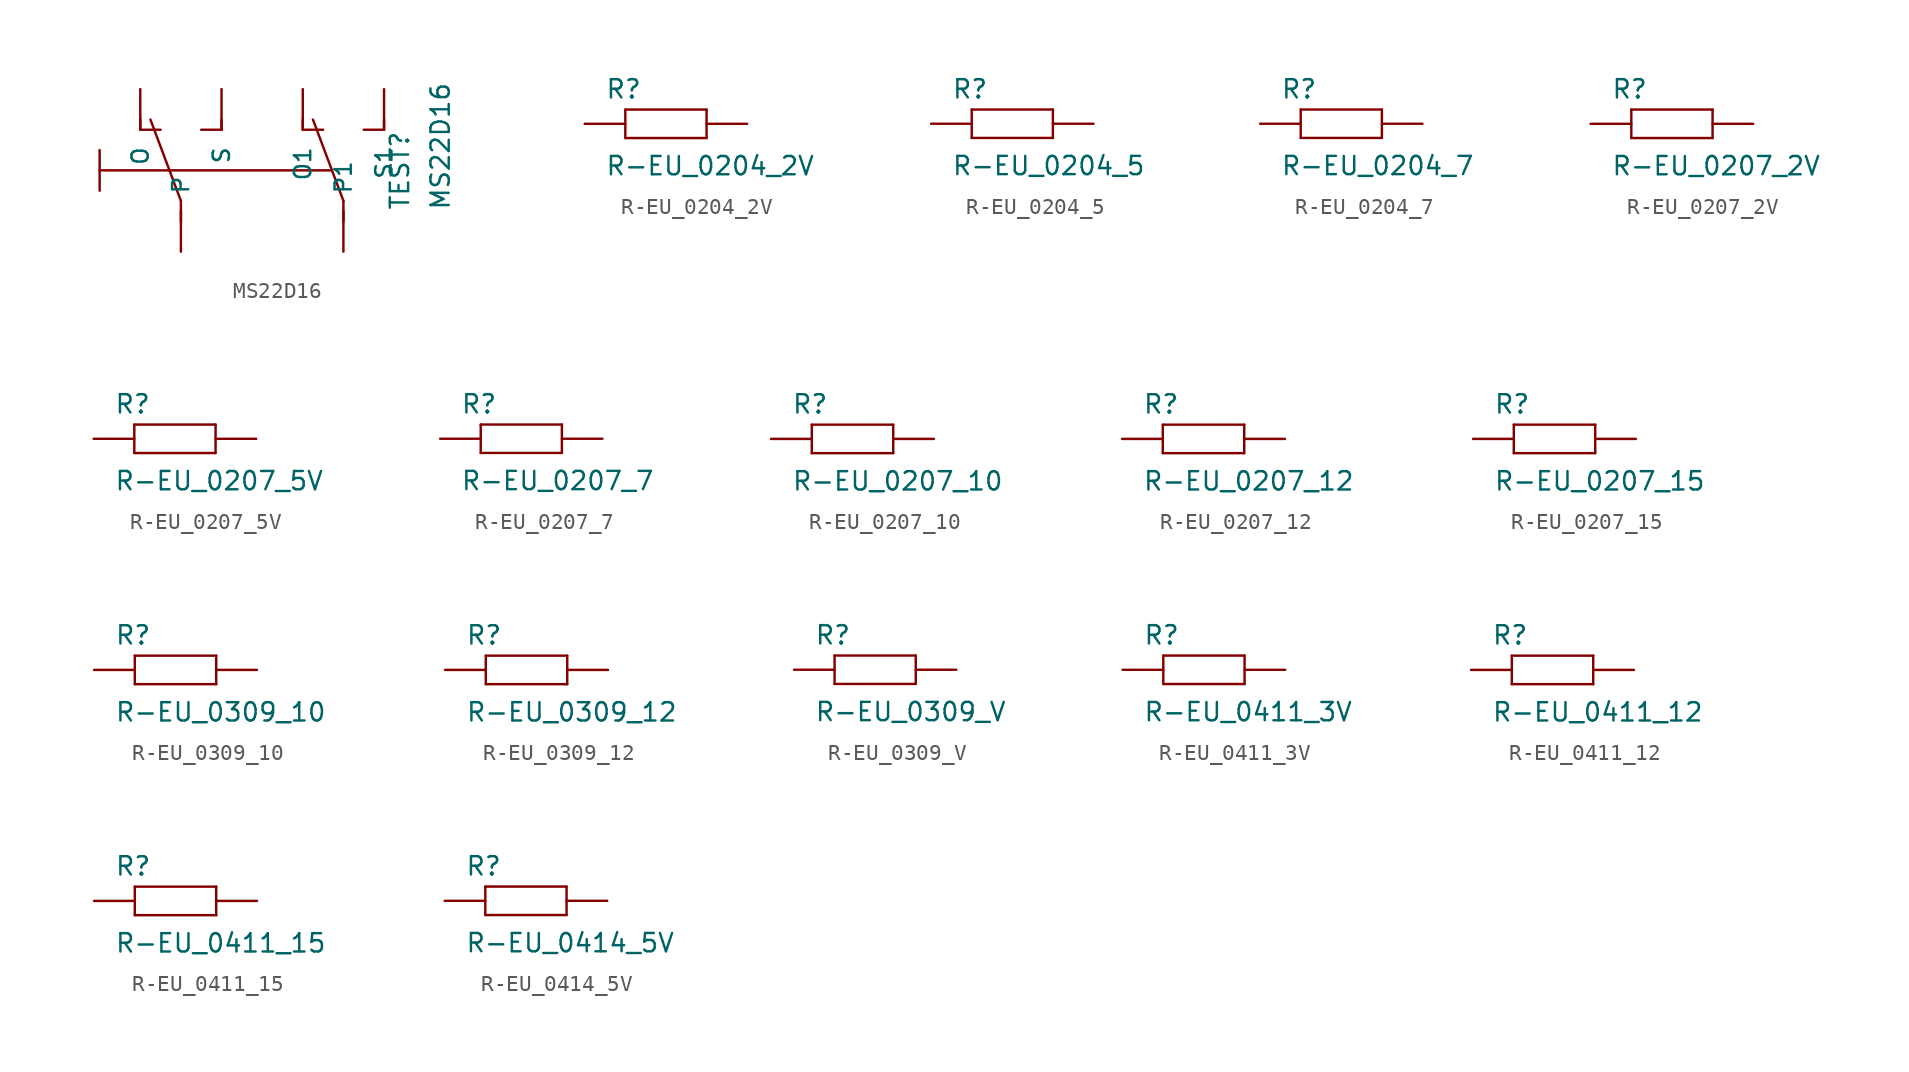
<source format=kicad_sym>
(kicad_symbol_lib
  (version 20211014)
  (generator kicad_symbol_editor)
  (symbol "MS22D16"
    (pin_numbers hide)
    (pin_names
      (offset 1.016))
    (property "Reference" "TEST"
      (at 9.271 -2.54 90)
      (effects (font (size 1.143 1.143)) (justify left bottom)))
    (property "Value" "MS22D16"
      (at 11.811 -2.54 90)
      (effects (font (size 1.143 1.143)) (justify left bottom)))
    (property "ki_locked" ""
      (at 0 0 0)
      (effects (font (size 1.27 1.27))))
    (symbol "MS22D16_1_0"
      (polyline (pts (xy -10.16 1.27) (xy -10.16 -1.27)) (stroke (width 0) (type default) (color 0 0 0 0)) (fill (type none)))
      (polyline (pts (xy -7.62 2.54) (xy -7.62 3.175)) (stroke (width 0) (type default) (color 0 0 0 0)) (fill (type none)))
      (polyline (pts (xy -7.62 2.54) (xy -6.35 2.54)) (stroke (width 0) (type default) (color 0 0 0 0)) (fill (type none)))
      (polyline (pts (xy -5.08 -3.175) (xy -5.08 -1.905)) (stroke (width 0) (type default) (color 0 0 0 0)) (fill (type none)))
      (polyline (pts (xy -5.08 -1.905) (xy -6.985 3.175)) (stroke (width 0) (type default) (color 0 0 0 0)) (fill (type none)))
      (polyline (pts (xy -3.81 2.54) (xy -2.54 2.54)) (stroke (width 0) (type default) (color 0 0 0 0)) (fill (type none)))
      (polyline (pts (xy -2.54 2.54) (xy -2.54 3.175)) (stroke (width 0) (type default) (color 0 0 0 0)) (fill (type none)))
      (polyline (pts (xy 2.54 2.54) (xy 2.54 3.175)) (stroke (width 0) (type default) (color 0 0 0 0)) (fill (type none)))
      (polyline (pts (xy 2.54 2.54) (xy 3.81 2.54)) (stroke (width 0) (type default) (color 0 0 0 0)) (fill (type none)))
      (polyline (pts (xy 4.318 0) (xy -10.16 0)) (stroke (width 0) (type default) (color 0 0 0 0)) (fill (type none)))
      (polyline (pts (xy 5.08 -3.175) (xy 5.08 -1.905)) (stroke (width 0) (type default) (color 0 0 0 0)) (fill (type none)))
      (polyline (pts (xy 5.08 -1.905) (xy 3.175 3.175)) (stroke (width 0) (type default) (color 0 0 0 0)) (fill (type none)))
      (polyline (pts (xy 6.35 2.54) (xy 7.62 2.54)) (stroke (width 0) (type default) (color 0 0 0 0)) (fill (type none)))
      (polyline (pts (xy 7.62 2.54) (xy 7.62 3.175)) (stroke (width 0) (type default) (color 0 0 0 0)) (fill (type none))))
    (symbol "MS22D16_1_1"
      (pin passive line (at -7.62 5.08 270) (length 2.54) (name "O" (effects (font (size 1.016 1.016)))) (number "1" (effects (font (size 1.016 1.016)))))
      (pin passive line (at -5.08 -5.08 90) (length 2.54) (name "P" (effects (font (size 1.016 1.016)))) (number "2" (effects (font (size 1.016 1.016)))))
      (pin passive line (at -2.54 5.08 270) (length 2.54) (name "S" (effects (font (size 1.016 1.016)))) (number "3" (effects (font (size 1.016 1.016)))))
      (pin passive line (at 2.54 5.08 270) (length 2.54) (name "O1" (effects (font (size 1.016 1.016)))) (number "4" (effects (font (size 1.016 1.016)))))
      (pin passive line (at 5.08 -5.08 90) (length 2.54) (name "P1" (effects (font (size 1.016 1.016)))) (number "5" (effects (font (size 1.016 1.016)))))
      (pin passive line (at 7.62 5.08 270) (length 2.54) (name "S1" (effects (font (size 1.016 1.016)))) (number "6" (effects (font (size 1.016 1.016)))))))
  (symbol "R-EU_0204_2V"
    (pin_numbers hide)
    (pin_names
      (offset 1.016) hide)
    (property "Reference" "R"
      (at -3.81 1.499 0)
      (effects (font (size 1.143 1.143)) (justify left bottom)))
    (property "Value" "R-EU_0204_2V"
      (at -3.81 -3.302 0)
      (effects (font (size 1.143 1.143)) (justify left bottom)))
    (property "ki_locked" ""
      (at 0 0 0)
      (effects (font (size 1.27 1.27))))
    (symbol "R-EU_0204_2V_1_0"
      (polyline (pts (xy -2.54 -0.889) (xy -2.54 0.889)) (stroke (width 0) (type default) (color 0 0 0 0)) (fill (type none)))
      (polyline (pts (xy -2.54 -0.889) (xy 2.54 -0.889)) (stroke (width 0) (type default) (color 0 0 0 0)) (fill (type none)))
      (polyline (pts (xy 2.54 -0.889) (xy 2.54 0.889)) (stroke (width 0) (type default) (color 0 0 0 0)) (fill (type none)))
      (polyline (pts (xy 2.54 0.889) (xy -2.54 0.889)) (stroke (width 0) (type default) (color 0 0 0 0)) (fill (type none))))
    (symbol "R-EU_0204_2V_1_1"
      (pin passive line (at -5.08 0 0) (length 2.54) (name "1" (effects (font (size 1.016 1.016)))) (number "1" (effects (font (size 1.016 1.016)))))
      (pin passive line (at 5.08 0 180) (length 2.54) (name "2" (effects (font (size 1.016 1.016)))) (number "2" (effects (font (size 1.016 1.016)))))))
  (symbol "R-EU_0204_5"
    (pin_numbers hide)
    (pin_names
      (offset 1.016) hide)
    (property "Reference" "R"
      (at -3.81 1.499 0)
      (effects (font (size 1.143 1.143)) (justify left bottom)))
    (property "Value" "R-EU_0204_5"
      (at -3.81 -3.302 0)
      (effects (font (size 1.143 1.143)) (justify left bottom)))
    (property "ki_locked" ""
      (at 0 0 0)
      (effects (font (size 1.27 1.27))))
    (symbol "R-EU_0204_5_1_0"
      (polyline (pts (xy -2.54 -0.889) (xy -2.54 0.889)) (stroke (width 0) (type default) (color 0 0 0 0)) (fill (type none)))
      (polyline (pts (xy -2.54 -0.889) (xy 2.54 -0.889)) (stroke (width 0) (type default) (color 0 0 0 0)) (fill (type none)))
      (polyline (pts (xy 2.54 -0.889) (xy 2.54 0.889)) (stroke (width 0) (type default) (color 0 0 0 0)) (fill (type none)))
      (polyline (pts (xy 2.54 0.889) (xy -2.54 0.889)) (stroke (width 0) (type default) (color 0 0 0 0)) (fill (type none))))
    (symbol "R-EU_0204_5_1_1"
      (pin passive line (at -5.08 0 0) (length 2.54) (name "1" (effects (font (size 1.016 1.016)))) (number "1" (effects (font (size 1.016 1.016)))))
      (pin passive line (at 5.08 0 180) (length 2.54) (name "2" (effects (font (size 1.016 1.016)))) (number "2" (effects (font (size 1.016 1.016)))))))
  (symbol "R-EU_0204_7"
    (pin_numbers hide)
    (pin_names
      (offset 1.016) hide)
    (property "Reference" "R"
      (at -3.81 1.499 0)
      (effects (font (size 1.143 1.143)) (justify left bottom)))
    (property "Value" "R-EU_0204_7"
      (at -3.81 -3.302 0)
      (effects (font (size 1.143 1.143)) (justify left bottom)))
    (property "ki_locked" ""
      (at 0 0 0)
      (effects (font (size 1.27 1.27))))
    (symbol "R-EU_0204_7_1_0"
      (polyline (pts (xy -2.54 -0.889) (xy -2.54 0.889)) (stroke (width 0) (type default) (color 0 0 0 0)) (fill (type none)))
      (polyline (pts (xy -2.54 -0.889) (xy 2.54 -0.889)) (stroke (width 0) (type default) (color 0 0 0 0)) (fill (type none)))
      (polyline (pts (xy 2.54 -0.889) (xy 2.54 0.889)) (stroke (width 0) (type default) (color 0 0 0 0)) (fill (type none)))
      (polyline (pts (xy 2.54 0.889) (xy -2.54 0.889)) (stroke (width 0) (type default) (color 0 0 0 0)) (fill (type none))))
    (symbol "R-EU_0204_7_1_1"
      (pin passive line (at -5.08 0 0) (length 2.54) (name "1" (effects (font (size 1.016 1.016)))) (number "1" (effects (font (size 1.016 1.016)))))
      (pin passive line (at 5.08 0 180) (length 2.54) (name "2" (effects (font (size 1.016 1.016)))) (number "2" (effects (font (size 1.016 1.016)))))))
  (symbol "R-EU_0207_2V"
    (pin_numbers hide)
    (pin_names
      (offset 1.016) hide)
    (property "Reference" "R"
      (at -3.81 1.499 0)
      (effects (font (size 1.143 1.143)) (justify left bottom)))
    (property "Value" "R-EU_0207_2V"
      (at -3.81 -3.302 0)
      (effects (font (size 1.143 1.143)) (justify left bottom)))
    (property "ki_locked" ""
      (at 0 0 0)
      (effects (font (size 1.27 1.27))))
    (symbol "R-EU_0207_2V_1_0"
      (polyline (pts (xy -2.54 -0.889) (xy -2.54 0.889)) (stroke (width 0) (type default) (color 0 0 0 0)) (fill (type none)))
      (polyline (pts (xy -2.54 -0.889) (xy 2.54 -0.889)) (stroke (width 0) (type default) (color 0 0 0 0)) (fill (type none)))
      (polyline (pts (xy 2.54 -0.889) (xy 2.54 0.889)) (stroke (width 0) (type default) (color 0 0 0 0)) (fill (type none)))
      (polyline (pts (xy 2.54 0.889) (xy -2.54 0.889)) (stroke (width 0) (type default) (color 0 0 0 0)) (fill (type none))))
    (symbol "R-EU_0207_2V_1_1"
      (pin passive line (at -5.08 0 0) (length 2.54) (name "1" (effects (font (size 1.016 1.016)))) (number "1" (effects (font (size 1.016 1.016)))))
      (pin passive line (at 5.08 0 180) (length 2.54) (name "2" (effects (font (size 1.016 1.016)))) (number "2" (effects (font (size 1.016 1.016)))))))
  (symbol "R-EU_0207_5V"
    (pin_numbers hide)
    (pin_names
      (offset 1.016) hide)
    (property "Reference" "R"
      (at -3.81 1.499 0)
      (effects (font (size 1.143 1.143)) (justify left bottom)))
    (property "Value" "R-EU_0207_5V"
      (at -3.81 -3.302 0)
      (effects (font (size 1.143 1.143)) (justify left bottom)))
    (property "ki_locked" ""
      (at 0 0 0)
      (effects (font (size 1.27 1.27))))
    (symbol "R-EU_0207_5V_1_0"
      (polyline (pts (xy -2.54 -0.889) (xy -2.54 0.889)) (stroke (width 0) (type default) (color 0 0 0 0)) (fill (type none)))
      (polyline (pts (xy -2.54 -0.889) (xy 2.54 -0.889)) (stroke (width 0) (type default) (color 0 0 0 0)) (fill (type none)))
      (polyline (pts (xy 2.54 -0.889) (xy 2.54 0.889)) (stroke (width 0) (type default) (color 0 0 0 0)) (fill (type none)))
      (polyline (pts (xy 2.54 0.889) (xy -2.54 0.889)) (stroke (width 0) (type default) (color 0 0 0 0)) (fill (type none))))
    (symbol "R-EU_0207_5V_1_1"
      (pin passive line (at -5.08 0 0) (length 2.54) (name "1" (effects (font (size 1.016 1.016)))) (number "1" (effects (font (size 1.016 1.016)))))
      (pin passive line (at 5.08 0 180) (length 2.54) (name "2" (effects (font (size 1.016 1.016)))) (number "2" (effects (font (size 1.016 1.016)))))))
  (symbol "R-EU_0207_7"
    (pin_numbers hide)
    (pin_names
      (offset 1.016) hide)
    (property "Reference" "R"
      (at -3.81 1.499 0)
      (effects (font (size 1.143 1.143)) (justify left bottom)))
    (property "Value" "R-EU_0207_7"
      (at -3.81 -3.302 0)
      (effects (font (size 1.143 1.143)) (justify left bottom)))
    (property "ki_locked" ""
      (at 0 0 0)
      (effects (font (size 1.27 1.27))))
    (symbol "R-EU_0207_7_1_0"
      (polyline (pts (xy -2.54 -0.889) (xy -2.54 0.889)) (stroke (width 0) (type default) (color 0 0 0 0)) (fill (type none)))
      (polyline (pts (xy -2.54 -0.889) (xy 2.54 -0.889)) (stroke (width 0) (type default) (color 0 0 0 0)) (fill (type none)))
      (polyline (pts (xy 2.54 -0.889) (xy 2.54 0.889)) (stroke (width 0) (type default) (color 0 0 0 0)) (fill (type none)))
      (polyline (pts (xy 2.54 0.889) (xy -2.54 0.889)) (stroke (width 0) (type default) (color 0 0 0 0)) (fill (type none))))
    (symbol "R-EU_0207_7_1_1"
      (pin passive line (at -5.08 0 0) (length 2.54) (name "1" (effects (font (size 1.016 1.016)))) (number "1" (effects (font (size 1.016 1.016)))))
      (pin passive line (at 5.08 0 180) (length 2.54) (name "2" (effects (font (size 1.016 1.016)))) (number "2" (effects (font (size 1.016 1.016)))))))
  (symbol "R-EU_0207_10"
    (pin_numbers hide)
    (pin_names
      (offset 1.016) hide)
    (property "Reference" "R"
      (at -3.81 1.499 0)
      (effects (font (size 1.143 1.143)) (justify left bottom)))
    (property "Value" "R-EU_0207_10"
      (at -3.81 -3.302 0)
      (effects (font (size 1.143 1.143)) (justify left bottom)))
    (property "ki_locked" ""
      (at 0 0 0)
      (effects (font (size 1.27 1.27))))
    (symbol "R-EU_0207_10_1_0"
      (polyline (pts (xy -2.54 -0.889) (xy -2.54 0.889)) (stroke (width 0) (type default) (color 0 0 0 0)) (fill (type none)))
      (polyline (pts (xy -2.54 -0.889) (xy 2.54 -0.889)) (stroke (width 0) (type default) (color 0 0 0 0)) (fill (type none)))
      (polyline (pts (xy 2.54 -0.889) (xy 2.54 0.889)) (stroke (width 0) (type default) (color 0 0 0 0)) (fill (type none)))
      (polyline (pts (xy 2.54 0.889) (xy -2.54 0.889)) (stroke (width 0) (type default) (color 0 0 0 0)) (fill (type none))))
    (symbol "R-EU_0207_10_1_1"
      (pin passive line (at -5.08 0 0) (length 2.54) (name "1" (effects (font (size 1.016 1.016)))) (number "1" (effects (font (size 1.016 1.016)))))
      (pin passive line (at 5.08 0 180) (length 2.54) (name "2" (effects (font (size 1.016 1.016)))) (number "2" (effects (font (size 1.016 1.016)))))))
  (symbol "R-EU_0207_12"
    (pin_numbers hide)
    (pin_names
      (offset 1.016) hide)
    (property "Reference" "R"
      (at -3.81 1.499 0)
      (effects (font (size 1.143 1.143)) (justify left bottom)))
    (property "Value" "R-EU_0207_12"
      (at -3.81 -3.302 0)
      (effects (font (size 1.143 1.143)) (justify left bottom)))
    (property "ki_locked" ""
      (at 0 0 0)
      (effects (font (size 1.27 1.27))))
    (symbol "R-EU_0207_12_1_0"
      (polyline (pts (xy -2.54 -0.889) (xy -2.54 0.889)) (stroke (width 0) (type default) (color 0 0 0 0)) (fill (type none)))
      (polyline (pts (xy -2.54 -0.889) (xy 2.54 -0.889)) (stroke (width 0) (type default) (color 0 0 0 0)) (fill (type none)))
      (polyline (pts (xy 2.54 -0.889) (xy 2.54 0.889)) (stroke (width 0) (type default) (color 0 0 0 0)) (fill (type none)))
      (polyline (pts (xy 2.54 0.889) (xy -2.54 0.889)) (stroke (width 0) (type default) (color 0 0 0 0)) (fill (type none))))
    (symbol "R-EU_0207_12_1_1"
      (pin passive line (at -5.08 0 0) (length 2.54) (name "1" (effects (font (size 1.016 1.016)))) (number "1" (effects (font (size 1.016 1.016)))))
      (pin passive line (at 5.08 0 180) (length 2.54) (name "2" (effects (font (size 1.016 1.016)))) (number "2" (effects (font (size 1.016 1.016)))))))
  (symbol "R-EU_0207_15"
    (pin_numbers hide)
    (pin_names
      (offset 1.016) hide)
    (property "Reference" "R"
      (at -3.81 1.499 0)
      (effects (font (size 1.143 1.143)) (justify left bottom)))
    (property "Value" "R-EU_0207_15"
      (at -3.81 -3.302 0)
      (effects (font (size 1.143 1.143)) (justify left bottom)))
    (property "ki_locked" ""
      (at 0 0 0)
      (effects (font (size 1.27 1.27))))
    (symbol "R-EU_0207_15_1_0"
      (polyline (pts (xy -2.54 -0.889) (xy -2.54 0.889)) (stroke (width 0) (type default) (color 0 0 0 0)) (fill (type none)))
      (polyline (pts (xy -2.54 -0.889) (xy 2.54 -0.889)) (stroke (width 0) (type default) (color 0 0 0 0)) (fill (type none)))
      (polyline (pts (xy 2.54 -0.889) (xy 2.54 0.889)) (stroke (width 0) (type default) (color 0 0 0 0)) (fill (type none)))
      (polyline (pts (xy 2.54 0.889) (xy -2.54 0.889)) (stroke (width 0) (type default) (color 0 0 0 0)) (fill (type none))))
    (symbol "R-EU_0207_15_1_1"
      (pin passive line (at -5.08 0 0) (length 2.54) (name "1" (effects (font (size 1.016 1.016)))) (number "1" (effects (font (size 1.016 1.016)))))
      (pin passive line (at 5.08 0 180) (length 2.54) (name "2" (effects (font (size 1.016 1.016)))) (number "2" (effects (font (size 1.016 1.016)))))))
  (symbol "R-EU_0309_10"
    (pin_numbers hide)
    (pin_names
      (offset 1.016) hide)
    (property "Reference" "R"
      (at -3.81 1.499 0)
      (effects (font (size 1.143 1.143)) (justify left bottom)))
    (property "Value" "R-EU_0309_10"
      (at -3.81 -3.302 0)
      (effects (font (size 1.143 1.143)) (justify left bottom)))
    (property "ki_locked" ""
      (at 0 0 0)
      (effects (font (size 1.27 1.27))))
    (symbol "R-EU_0309_10_1_0"
      (polyline (pts (xy -2.54 -0.889) (xy -2.54 0.889)) (stroke (width 0) (type default) (color 0 0 0 0)) (fill (type none)))
      (polyline (pts (xy -2.54 -0.889) (xy 2.54 -0.889)) (stroke (width 0) (type default) (color 0 0 0 0)) (fill (type none)))
      (polyline (pts (xy 2.54 -0.889) (xy 2.54 0.889)) (stroke (width 0) (type default) (color 0 0 0 0)) (fill (type none)))
      (polyline (pts (xy 2.54 0.889) (xy -2.54 0.889)) (stroke (width 0) (type default) (color 0 0 0 0)) (fill (type none))))
    (symbol "R-EU_0309_10_1_1"
      (pin passive line (at -5.08 0 0) (length 2.54) (name "1" (effects (font (size 1.016 1.016)))) (number "1" (effects (font (size 1.016 1.016)))))
      (pin passive line (at 5.08 0 180) (length 2.54) (name "2" (effects (font (size 1.016 1.016)))) (number "2" (effects (font (size 1.016 1.016)))))))
  (symbol "R-EU_0309_12"
    (pin_numbers hide)
    (pin_names
      (offset 1.016) hide)
    (property "Reference" "R"
      (at -3.81 1.499 0)
      (effects (font (size 1.143 1.143)) (justify left bottom)))
    (property "Value" "R-EU_0309_12"
      (at -3.81 -3.302 0)
      (effects (font (size 1.143 1.143)) (justify left bottom)))
    (property "ki_locked" ""
      (at 0 0 0)
      (effects (font (size 1.27 1.27))))
    (symbol "R-EU_0309_12_1_0"
      (polyline (pts (xy -2.54 -0.889) (xy -2.54 0.889)) (stroke (width 0) (type default) (color 0 0 0 0)) (fill (type none)))
      (polyline (pts (xy -2.54 -0.889) (xy 2.54 -0.889)) (stroke (width 0) (type default) (color 0 0 0 0)) (fill (type none)))
      (polyline (pts (xy 2.54 -0.889) (xy 2.54 0.889)) (stroke (width 0) (type default) (color 0 0 0 0)) (fill (type none)))
      (polyline (pts (xy 2.54 0.889) (xy -2.54 0.889)) (stroke (width 0) (type default) (color 0 0 0 0)) (fill (type none))))
    (symbol "R-EU_0309_12_1_1"
      (pin passive line (at -5.08 0 0) (length 2.54) (name "1" (effects (font (size 1.016 1.016)))) (number "1" (effects (font (size 1.016 1.016)))))
      (pin passive line (at 5.08 0 180) (length 2.54) (name "2" (effects (font (size 1.016 1.016)))) (number "2" (effects (font (size 1.016 1.016)))))))
  (symbol "R-EU_0309_V"
    (pin_numbers hide)
    (pin_names
      (offset 1.016) hide)
    (property "Reference" "R"
      (at -3.81 1.499 0)
      (effects (font (size 1.143 1.143)) (justify left bottom)))
    (property "Value" "R-EU_0309_V"
      (at -3.81 -3.302 0)
      (effects (font (size 1.143 1.143)) (justify left bottom)))
    (property "ki_locked" ""
      (at 0 0 0)
      (effects (font (size 1.27 1.27))))
    (symbol "R-EU_0309_V_1_0"
      (polyline (pts (xy -2.54 -0.889) (xy -2.54 0.889)) (stroke (width 0) (type default) (color 0 0 0 0)) (fill (type none)))
      (polyline (pts (xy -2.54 -0.889) (xy 2.54 -0.889)) (stroke (width 0) (type default) (color 0 0 0 0)) (fill (type none)))
      (polyline (pts (xy 2.54 -0.889) (xy 2.54 0.889)) (stroke (width 0) (type default) (color 0 0 0 0)) (fill (type none)))
      (polyline (pts (xy 2.54 0.889) (xy -2.54 0.889)) (stroke (width 0) (type default) (color 0 0 0 0)) (fill (type none))))
    (symbol "R-EU_0309_V_1_1"
      (pin passive line (at -5.08 0 0) (length 2.54) (name "1" (effects (font (size 1.016 1.016)))) (number "1" (effects (font (size 1.016 1.016)))))
      (pin passive line (at 5.08 0 180) (length 2.54) (name "2" (effects (font (size 1.016 1.016)))) (number "2" (effects (font (size 1.016 1.016)))))))
  (symbol "R-EU_0411_3V"
    (pin_numbers hide)
    (pin_names
      (offset 1.016) hide)
    (property "Reference" "R"
      (at -3.81 1.499 0)
      (effects (font (size 1.143 1.143)) (justify left bottom)))
    (property "Value" "R-EU_0411_3V"
      (at -3.81 -3.302 0)
      (effects (font (size 1.143 1.143)) (justify left bottom)))
    (property "ki_locked" ""
      (at 0 0 0)
      (effects (font (size 1.27 1.27))))
    (symbol "R-EU_0411_3V_1_0"
      (polyline (pts (xy -2.54 -0.889) (xy -2.54 0.889)) (stroke (width 0) (type default) (color 0 0 0 0)) (fill (type none)))
      (polyline (pts (xy -2.54 -0.889) (xy 2.54 -0.889)) (stroke (width 0) (type default) (color 0 0 0 0)) (fill (type none)))
      (polyline (pts (xy 2.54 -0.889) (xy 2.54 0.889)) (stroke (width 0) (type default) (color 0 0 0 0)) (fill (type none)))
      (polyline (pts (xy 2.54 0.889) (xy -2.54 0.889)) (stroke (width 0) (type default) (color 0 0 0 0)) (fill (type none))))
    (symbol "R-EU_0411_3V_1_1"
      (pin passive line (at -5.08 0 0) (length 2.54) (name "1" (effects (font (size 1.016 1.016)))) (number "1" (effects (font (size 1.016 1.016)))))
      (pin passive line (at 5.08 0 180) (length 2.54) (name "2" (effects (font (size 1.016 1.016)))) (number "2" (effects (font (size 1.016 1.016)))))))
  (symbol "R-EU_0411_12"
    (pin_numbers hide)
    (pin_names
      (offset 1.016) hide)
    (property "Reference" "R"
      (at -3.81 1.499 0)
      (effects (font (size 1.143 1.143)) (justify left bottom)))
    (property "Value" "R-EU_0411_12"
      (at -3.81 -3.302 0)
      (effects (font (size 1.143 1.143)) (justify left bottom)))
    (property "ki_locked" ""
      (at 0 0 0)
      (effects (font (size 1.27 1.27))))
    (symbol "R-EU_0411_12_1_0"
      (polyline (pts (xy -2.54 -0.889) (xy -2.54 0.889)) (stroke (width 0) (type default) (color 0 0 0 0)) (fill (type none)))
      (polyline (pts (xy -2.54 -0.889) (xy 2.54 -0.889)) (stroke (width 0) (type default) (color 0 0 0 0)) (fill (type none)))
      (polyline (pts (xy 2.54 -0.889) (xy 2.54 0.889)) (stroke (width 0) (type default) (color 0 0 0 0)) (fill (type none)))
      (polyline (pts (xy 2.54 0.889) (xy -2.54 0.889)) (stroke (width 0) (type default) (color 0 0 0 0)) (fill (type none))))
    (symbol "R-EU_0411_12_1_1"
      (pin passive line (at -5.08 0 0) (length 2.54) (name "1" (effects (font (size 1.016 1.016)))) (number "1" (effects (font (size 1.016 1.016)))))
      (pin passive line (at 5.08 0 180) (length 2.54) (name "2" (effects (font (size 1.016 1.016)))) (number "2" (effects (font (size 1.016 1.016)))))))
  (symbol "R-EU_0411_15"
    (pin_numbers hide)
    (pin_names
      (offset 1.016) hide)
    (property "Reference" "R"
      (at -3.81 1.499 0)
      (effects (font (size 1.143 1.143)) (justify left bottom)))
    (property "Value" "R-EU_0411_15"
      (at -3.81 -3.302 0)
      (effects (font (size 1.143 1.143)) (justify left bottom)))
    (property "ki_locked" ""
      (at 0 0 0)
      (effects (font (size 1.27 1.27))))
    (symbol "R-EU_0411_15_1_0"
      (polyline (pts (xy -2.54 -0.889) (xy -2.54 0.889)) (stroke (width 0) (type default) (color 0 0 0 0)) (fill (type none)))
      (polyline (pts (xy -2.54 -0.889) (xy 2.54 -0.889)) (stroke (width 0) (type default) (color 0 0 0 0)) (fill (type none)))
      (polyline (pts (xy 2.54 -0.889) (xy 2.54 0.889)) (stroke (width 0) (type default) (color 0 0 0 0)) (fill (type none)))
      (polyline (pts (xy 2.54 0.889) (xy -2.54 0.889)) (stroke (width 0) (type default) (color 0 0 0 0)) (fill (type none))))
    (symbol "R-EU_0411_15_1_1"
      (pin passive line (at -5.08 0 0) (length 2.54) (name "1" (effects (font (size 1.016 1.016)))) (number "1" (effects (font (size 1.016 1.016)))))
      (pin passive line (at 5.08 0 180) (length 2.54) (name "2" (effects (font (size 1.016 1.016)))) (number "2" (effects (font (size 1.016 1.016)))))))
  (symbol "R-EU_0414_5V"
    (pin_numbers hide)
    (pin_names
      (offset 1.016) hide)
    (property "Reference" "R"
      (at -3.81 1.499 0)
      (effects (font (size 1.143 1.143)) (justify left bottom)))
    (property "Value" "R-EU_0414_5V"
      (at -3.81 -3.302 0)
      (effects (font (size 1.143 1.143)) (justify left bottom)))
    (property "ki_locked" ""
      (at 0 0 0)
      (effects (font (size 1.27 1.27))))
    (symbol "R-EU_0414_5V_1_0"
      (polyline (pts (xy -2.54 -0.889) (xy -2.54 0.889)) (stroke (width 0) (type default) (color 0 0 0 0)) (fill (type none)))
      (polyline (pts (xy -2.54 -0.889) (xy 2.54 -0.889)) (stroke (width 0) (type default) (color 0 0 0 0)) (fill (type none)))
      (polyline (pts (xy 2.54 -0.889) (xy 2.54 0.889)) (stroke (width 0) (type default) (color 0 0 0 0)) (fill (type none)))
      (polyline (pts (xy 2.54 0.889) (xy -2.54 0.889)) (stroke (width 0) (type default) (color 0 0 0 0)) (fill (type none))))
    (symbol "R-EU_0414_5V_1_1"
      (pin passive line (at -5.08 0 0) (length 2.54) (name "1" (effects (font (size 1.016 1.016)))) (number "1" (effects (font (size 1.016 1.016)))))
      (pin passive line (at 5.08 0 180) (length 2.54) (name "2" (effects (font (size 1.016 1.016)))) (number "2" (effects (font (size 1.016 1.016))))))))
</source>
